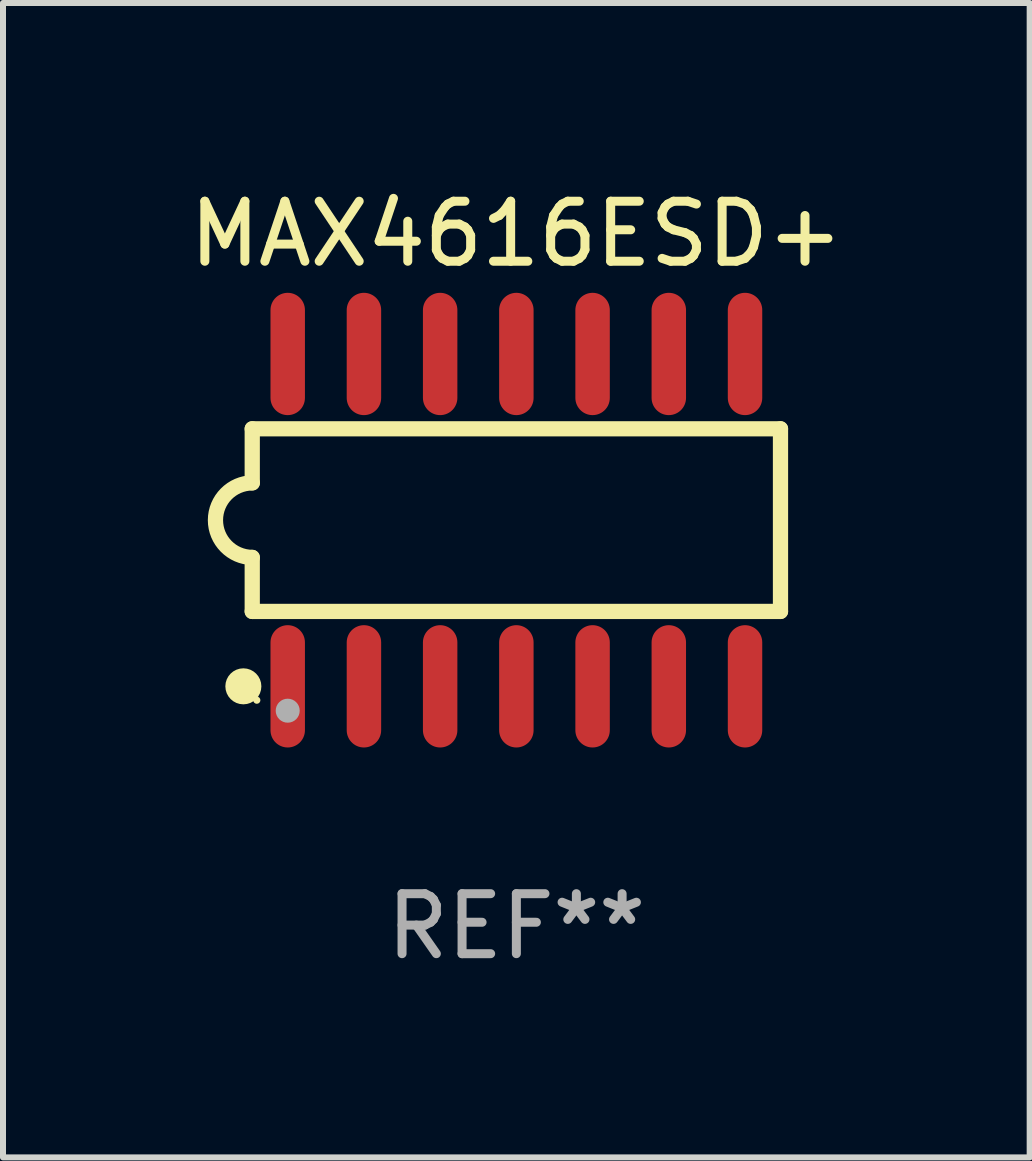
<source format=kicad_pcb>
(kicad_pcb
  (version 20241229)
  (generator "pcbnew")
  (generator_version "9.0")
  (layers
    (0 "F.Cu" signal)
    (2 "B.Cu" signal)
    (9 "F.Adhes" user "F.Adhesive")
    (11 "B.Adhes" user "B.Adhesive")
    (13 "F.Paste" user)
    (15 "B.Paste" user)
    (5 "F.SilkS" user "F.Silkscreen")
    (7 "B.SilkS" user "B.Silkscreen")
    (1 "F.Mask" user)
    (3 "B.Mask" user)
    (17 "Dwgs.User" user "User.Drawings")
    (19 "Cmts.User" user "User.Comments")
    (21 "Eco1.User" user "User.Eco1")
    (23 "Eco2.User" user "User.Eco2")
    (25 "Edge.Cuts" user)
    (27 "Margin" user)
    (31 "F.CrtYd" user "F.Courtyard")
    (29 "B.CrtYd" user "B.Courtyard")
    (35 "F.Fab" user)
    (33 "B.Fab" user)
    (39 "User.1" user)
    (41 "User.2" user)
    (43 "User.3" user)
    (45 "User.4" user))
  (footprint "MAX4616ESD+"
    (layer "F.Cu")
    (at 5.554 5.617)
    (property "Reference" "MAX4616ESD+" (at 0 -4.769 0) (layer "F.SilkS") (effects (font (size 1 1) (thickness 0.15))))
    (attr through_hole)
    (fp_line (start -4.401 -1.522) (end -4.401 -0.622) (stroke (width 0.254) (type solid)) (layer "F.SilkS"))
    (fp_line (start -4.401 -1.522) (end 4.401 -1.522) (stroke (width 0.254) (type solid)) (layer "F.SilkS"))
    (fp_line (start -4.401 1.521) (end -4.401 0.621) (stroke (width 0.254) (type solid)) (layer "F.SilkS"))
    (fp_line (start 4.401 -1.522) (end 4.401 1.521) (stroke (width 0.254) (type solid)) (layer "F.SilkS"))
    (fp_line (start 4.401 1.521) (end -4.401 1.521) (stroke (width 0.254) (type solid)) (layer "F.SilkS"))
    (fp_arc (start -4.401219 0.621311) (mid -5.021261 -0.000419) (end -4.400101 -0.621032) (stroke (width 0.254001) (type solid)) (layer "F.SilkS"))
    (fp_circle (center -4.549 2.769) (end -4.399 2.769) (stroke (width 0.3) (type solid)) (fill no) (layer "F.SilkS"))
    (fp_circle (center -4.325 3) (end -4.295 3) (stroke (width 0.06) (type solid)) (fill no) (layer "F.SilkS"))
    (fp_circle (center -3.81 3.175) (end -3.71 3.175) (stroke (width 0.2) (type solid)) (fill no) (layer "F.Fab"))
    (fp_text user "REF**" (at 0 6.769 0) (layer "F.Fab") (effects (font (size 1 1) (thickness 0.15))))
    (pad "1" smd oval (at -3.81 2.769) (size 0.574 2.038) (layers "F.Cu" "F.Mask" "F.Paste"))
    (pad "2" smd oval (at -2.54 2.769) (size 0.574 2.038) (layers "F.Cu" "F.Mask" "F.Paste"))
    (pad "3" smd oval (at -1.27 2.769) (size 0.574 2.038) (layers "F.Cu" "F.Mask" "F.Paste"))
    (pad "4" smd oval (at -0.000051 2.769) (size 0.574 2.038) (layers "F.Cu" "F.Mask" "F.Paste"))
    (pad "5" smd oval (at 1.27 2.769) (size 0.574 2.038) (layers "F.Cu" "F.Mask" "F.Paste"))
    (pad "6" smd oval (at 2.54 2.769) (size 0.574 2.038) (layers "F.Cu" "F.Mask" "F.Paste"))
    (pad "7" smd oval (at 3.81 2.769) (size 0.574 2.038) (layers "F.Cu" "F.Mask" "F.Paste"))
    (pad "8" smd oval (at 3.81 -2.769) (size 0.574 2.038) (layers "F.Cu" "F.Mask" "F.Paste"))
    (pad "9" smd oval (at 2.54 -2.769) (size 0.574 2.038) (layers "F.Cu" "F.Mask" "F.Paste"))
    (pad "10" smd oval (at 1.27 -2.769) (size 0.574 2.038) (layers "F.Cu" "F.Mask" "F.Paste"))
    (pad "11" smd oval (at -0.000051 -2.769) (size 0.574 2.038) (layers "F.Cu" "F.Mask" "F.Paste"))
    (pad "12" smd oval (at -1.27 -2.769) (size 0.574 2.038) (layers "F.Cu" "F.Mask" "F.Paste"))
    (pad "13" smd oval (at -2.54 -2.769) (size 0.574 2.038) (layers "F.Cu" "F.Mask" "F.Paste"))
    (pad "14" smd oval (at -3.81 -2.769) (size 0.574 2.038) (layers "F.Cu" "F.Mask" "F.Paste")))
  (gr_rect
    (start -3 -3)
    (end 14.107 16.235)
    (stroke (width 0.1) (type default))
    (fill no)
    (layer "Edge.Cuts")))
</source>
